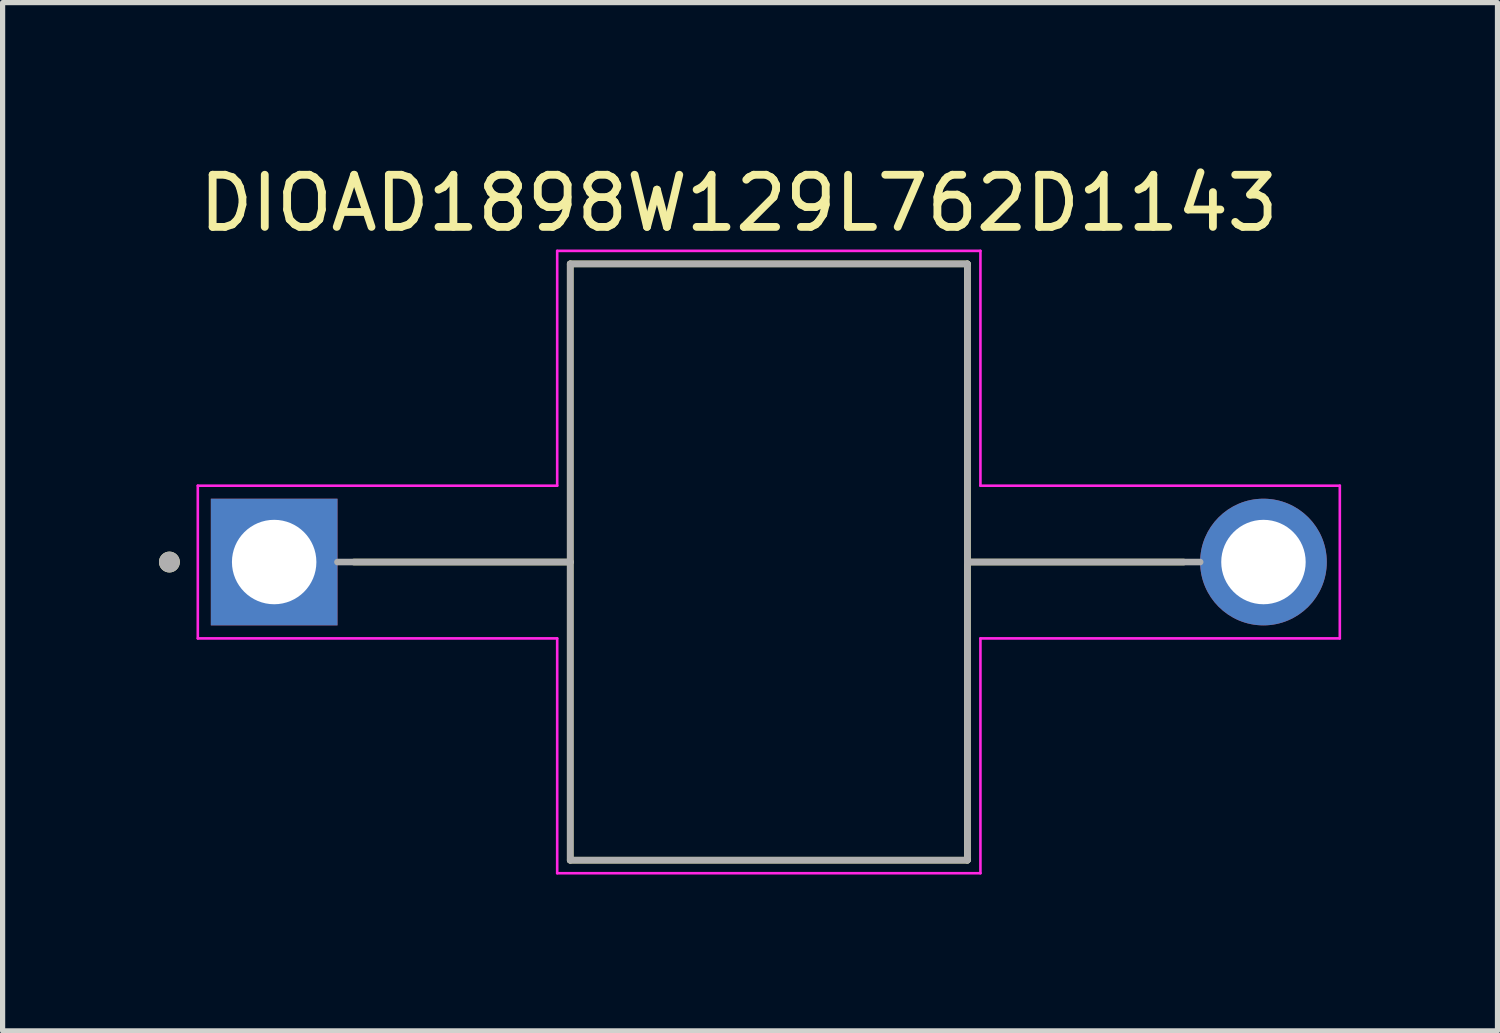
<source format=kicad_pcb>
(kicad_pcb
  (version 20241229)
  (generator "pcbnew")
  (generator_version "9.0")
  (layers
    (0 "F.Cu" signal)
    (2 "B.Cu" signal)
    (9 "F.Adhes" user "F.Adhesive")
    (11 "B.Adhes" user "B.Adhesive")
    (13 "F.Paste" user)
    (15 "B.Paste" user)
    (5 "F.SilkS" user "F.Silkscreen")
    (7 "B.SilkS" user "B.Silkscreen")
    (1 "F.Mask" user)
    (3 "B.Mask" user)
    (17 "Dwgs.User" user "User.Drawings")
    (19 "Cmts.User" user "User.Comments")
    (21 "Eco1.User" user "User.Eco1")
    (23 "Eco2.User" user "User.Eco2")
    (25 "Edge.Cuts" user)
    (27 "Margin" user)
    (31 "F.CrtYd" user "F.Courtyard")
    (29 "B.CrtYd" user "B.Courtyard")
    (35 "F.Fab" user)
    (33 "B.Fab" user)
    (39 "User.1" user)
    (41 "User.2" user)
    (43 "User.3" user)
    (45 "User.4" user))
  (footprint "DIOAD1898W129L762D1143"
    (layer "F.Cu")
    (at 11.7 7.733)
    (property "Reference" "DIOAD1898W129L762D1143" (at -0.575 -6.885 0) (layer "F.SilkS") (effects (font (size 1 1) (thickness 0.15))))
    (attr through_hole)
    (fp_line (start -7.96 0) (end -3.81 0) (stroke (width 0.127) (type solid)) (layer "F.SilkS"))
    (fp_line (start -3.81 -5.72) (end -3.81 0) (stroke (width 0.127) (type solid)) (layer "F.SilkS"))
    (fp_line (start -3.81 0) (end -3.81 5.72) (stroke (width 0.127) (type solid)) (layer "F.SilkS"))
    (fp_line (start -3.81 5.72) (end 3.81 5.72) (stroke (width 0.127) (type solid)) (layer "F.SilkS"))
    (fp_line (start 3.81 -5.72) (end -3.81 -5.72) (stroke (width 0.127) (type solid)) (layer "F.SilkS"))
    (fp_line (start 3.81 0) (end 3.81 -5.72) (stroke (width 0.127) (type solid)) (layer "F.SilkS"))
    (fp_line (start 3.81 5.72) (end 3.81 0) (stroke (width 0.127) (type solid)) (layer "F.SilkS"))
    (fp_line (start 7.96 0) (end 3.81 0) (stroke (width 0.127) (type solid)) (layer "F.SilkS"))
    (fp_circle (center -11.5 0) (end -11.4 0) (stroke (width 0.2) (type solid)) (fill no) (layer "F.SilkS"))
    (fp_line (start -10.955 -1.465) (end -4.06 -1.465) (stroke (width 0.05) (type solid)) (layer "F.CrtYd"))
    (fp_line (start -10.955 1.465) (end -10.955 -1.465) (stroke (width 0.05) (type solid)) (layer "F.CrtYd"))
    (fp_line (start -4.06 -5.97) (end 4.06 -5.97) (stroke (width 0.05) (type solid)) (layer "F.CrtYd"))
    (fp_line (start -4.06 -1.465) (end -4.06 -5.97) (stroke (width 0.05) (type solid)) (layer "F.CrtYd"))
    (fp_line (start -4.06 1.465) (end -10.955 1.465) (stroke (width 0.05) (type solid)) (layer "F.CrtYd"))
    (fp_line (start -4.06 5.97) (end -4.06 1.465) (stroke (width 0.05) (type solid)) (layer "F.CrtYd"))
    (fp_line (start 4.06 -5.97) (end 4.06 -1.465) (stroke (width 0.05) (type solid)) (layer "F.CrtYd"))
    (fp_line (start 4.06 -1.465) (end 10.955 -1.465) (stroke (width 0.05) (type solid)) (layer "F.CrtYd"))
    (fp_line (start 4.06 1.465) (end 4.06 5.97) (stroke (width 0.05) (type solid)) (layer "F.CrtYd"))
    (fp_line (start 4.06 5.97) (end -4.06 5.97) (stroke (width 0.05) (type solid)) (layer "F.CrtYd"))
    (fp_line (start 10.955 -1.465) (end 10.955 1.465) (stroke (width 0.05) (type solid)) (layer "F.CrtYd"))
    (fp_line (start 10.955 1.465) (end 4.06 1.465) (stroke (width 0.05) (type solid)) (layer "F.CrtYd"))
    (fp_line (start -8.275 0) (end -3.81 0) (stroke (width 0.127) (type solid)) (layer "F.Fab"))
    (fp_line (start -3.81 -5.72) (end -3.81 0) (stroke (width 0.127) (type solid)) (layer "F.Fab"))
    (fp_line (start -3.81 0) (end -3.81 5.72) (stroke (width 0.127) (type solid)) (layer "F.Fab"))
    (fp_line (start -3.81 5.72) (end 3.81 5.72) (stroke (width 0.127) (type solid)) (layer "F.Fab"))
    (fp_line (start 3.81 -5.72) (end -3.81 -5.72) (stroke (width 0.127) (type solid)) (layer "F.Fab"))
    (fp_line (start 3.81 0) (end 3.81 -5.72) (stroke (width 0.127) (type solid)) (layer "F.Fab"))
    (fp_line (start 3.81 5.72) (end 3.81 0) (stroke (width 0.127) (type solid)) (layer "F.Fab"))
    (fp_line (start 8.275 0) (end 3.81 0) (stroke (width 0.127) (type solid)) (layer "F.Fab"))
    (fp_circle (center -11.5 0) (end -11.4 0) (stroke (width 0.2) (type solid)) (fill no) (layer "F.Fab"))
    (pad "A" thru_hole circle (at 9.49 0) (size 2.43 2.43) (drill 1.62) (layers "*.Cu" "*.Mask"))
    (pad "C" thru_hole rect (at -9.49 0) (size 2.43 2.43) (drill 1.62) (layers "*.Cu" "*.Mask")))
  (gr_rect
    (start -3 -3)
    (end 25.68 16.728)
    (stroke (width 0.1) (type default))
    (fill no)
    (layer "Edge.Cuts")))
</source>
